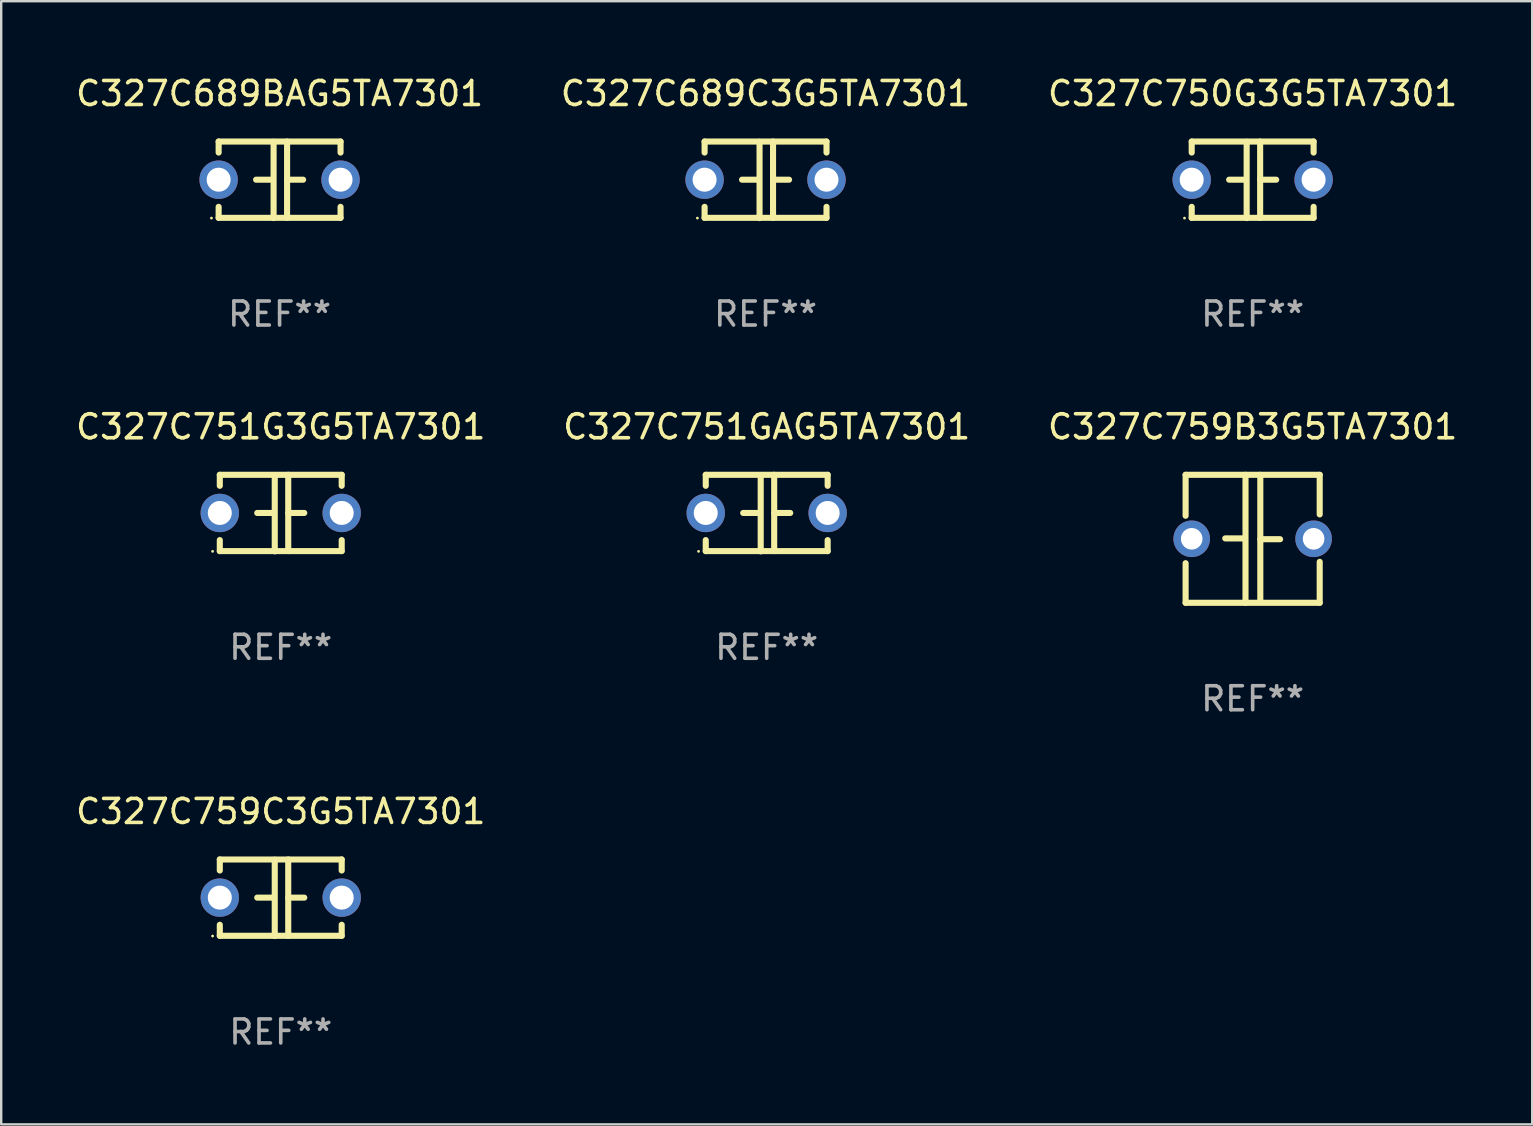
<source format=kicad_pcb>
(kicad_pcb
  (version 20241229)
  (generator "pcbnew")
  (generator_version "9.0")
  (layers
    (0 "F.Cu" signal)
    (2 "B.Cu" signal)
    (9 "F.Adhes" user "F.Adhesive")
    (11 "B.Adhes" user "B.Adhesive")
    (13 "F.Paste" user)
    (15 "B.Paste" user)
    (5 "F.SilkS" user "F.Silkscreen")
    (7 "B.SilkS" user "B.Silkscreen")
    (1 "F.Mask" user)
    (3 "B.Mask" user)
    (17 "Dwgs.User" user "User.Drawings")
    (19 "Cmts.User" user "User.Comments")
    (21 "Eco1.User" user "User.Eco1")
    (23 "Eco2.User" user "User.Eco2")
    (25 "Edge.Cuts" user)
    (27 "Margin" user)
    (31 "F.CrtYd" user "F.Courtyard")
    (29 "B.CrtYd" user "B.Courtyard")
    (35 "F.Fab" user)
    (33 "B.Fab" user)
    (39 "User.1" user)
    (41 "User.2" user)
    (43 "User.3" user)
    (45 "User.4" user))
  (footprint "C327C759C3G5TA7301"
    (layer "F.Cu")
    (at 8.649 34.36)
    (property "Reference" "C327C759C3G5TA7301" (at 0 -3.595 0) (layer "F.SilkS") (effects (font (size 1 1) (thickness 0.15))))
    (attr through_hole)
    (fp_line (start -2.54 -1.595) (end -2.54 -1.136) (stroke (width 0.254) (type solid)) (layer "F.SilkS"))
    (fp_line (start -2.54 -1.595) (end 2.54 -1.595) (stroke (width 0.254) (type solid)) (layer "F.SilkS"))
    (fp_line (start -2.54 1.126) (end -2.54 1.585) (stroke (width 0.254) (type solid)) (layer "F.SilkS"))
    (fp_line (start -0.312 -0.005) (end -0.98 -0.005) (stroke (width 0.254) (type solid)) (layer "F.SilkS"))
    (fp_line (start -0.25 -1.585) (end -0.25 1.595) (stroke (width 0.254) (type solid)) (layer "F.SilkS"))
    (fp_line (start 0.312 -1.595) (end 0.312 1.585) (stroke (width 0.254) (type solid)) (layer "F.SilkS"))
    (fp_line (start 0.312 -0.005) (end 0.98 -0.005) (stroke (width 0.254) (type solid)) (layer "F.SilkS"))
    (fp_line (start 2.54 -1.595) (end 2.54 -1.136) (stroke (width 0.254) (type solid)) (layer "F.SilkS"))
    (fp_line (start 2.54 1.126) (end 2.54 1.585) (stroke (width 0.254) (type solid)) (layer "F.SilkS"))
    (fp_line (start 2.54 1.585) (end -2.54 1.585) (stroke (width 0.254) (type solid)) (layer "F.SilkS"))
    (fp_circle (center -2.84 1.595) (end -2.81 1.595) (stroke (width 0.06) (type solid)) (fill no) (layer "F.SilkS"))
    (fp_text user "REF**" (at 0 5.595 0) (layer "F.Fab") (effects (font (size 1 1) (thickness 0.15))))
    (pad "1" thru_hole circle (at -2.54 -0.005) (size 1.6 1.6) (drill 1) (layers "*.Cu" "*.Mask"))
    (pad "2" thru_hole circle (at 2.54 -0.005) (size 1.6 1.6) (drill 1) (layers "*.Cu" "*.Mask")))
  (footprint "C327C750G3G5TA7301"
    (layer "F.Cu")
    (at 49.149 4.443)
    (property "Reference" "C327C750G3G5TA7301" (at 0 -3.595 0) (layer "F.SilkS") (effects (font (size 1 1) (thickness 0.15))))
    (attr through_hole)
    (fp_line (start -2.54 -1.595) (end -2.54 -1.136) (stroke (width 0.254) (type solid)) (layer "F.SilkS"))
    (fp_line (start -2.54 -1.595) (end 2.54 -1.595) (stroke (width 0.254) (type solid)) (layer "F.SilkS"))
    (fp_line (start -2.54 1.126) (end -2.54 1.585) (stroke (width 0.254) (type solid)) (layer "F.SilkS"))
    (fp_line (start -0.312 -0.005) (end -0.98 -0.005) (stroke (width 0.254) (type solid)) (layer "F.SilkS"))
    (fp_line (start -0.25 -1.585) (end -0.25 1.595) (stroke (width 0.254) (type solid)) (layer "F.SilkS"))
    (fp_line (start 0.312 -1.595) (end 0.312 1.585) (stroke (width 0.254) (type solid)) (layer "F.SilkS"))
    (fp_line (start 0.312 -0.005) (end 0.98 -0.005) (stroke (width 0.254) (type solid)) (layer "F.SilkS"))
    (fp_line (start 2.54 -1.595) (end 2.54 -1.136) (stroke (width 0.254) (type solid)) (layer "F.SilkS"))
    (fp_line (start 2.54 1.126) (end 2.54 1.585) (stroke (width 0.254) (type solid)) (layer "F.SilkS"))
    (fp_line (start 2.54 1.585) (end -2.54 1.585) (stroke (width 0.254) (type solid)) (layer "F.SilkS"))
    (fp_circle (center -2.84 1.595) (end -2.81 1.595) (stroke (width 0.06) (type solid)) (fill no) (layer "F.SilkS"))
    (fp_text user "REF**" (at 0 5.595 0) (layer "F.Fab") (effects (font (size 1 1) (thickness 0.15))))
    (pad "1" thru_hole circle (at -2.54 -0.005) (size 1.6 1.6) (drill 1) (layers "*.Cu" "*.Mask"))
    (pad "2" thru_hole circle (at 2.54 -0.005) (size 1.6 1.6) (drill 1) (layers "*.Cu" "*.Mask")))
  (footprint "C327C689BAG5TA7301"
    (layer "F.Cu")
    (at 8.601 4.443)
    (property "Reference" "C327C689BAG5TA7301" (at 0 -3.595 0) (layer "F.SilkS") (effects (font (size 1 1) (thickness 0.15))))
    (attr through_hole)
    (fp_line (start -2.54 -1.595) (end -2.54 -1.136) (stroke (width 0.254) (type solid)) (layer "F.SilkS"))
    (fp_line (start -2.54 -1.595) (end 2.54 -1.595) (stroke (width 0.254) (type solid)) (layer "F.SilkS"))
    (fp_line (start -2.54 1.126) (end -2.54 1.585) (stroke (width 0.254) (type solid)) (layer "F.SilkS"))
    (fp_line (start -0.312 -0.005) (end -0.98 -0.005) (stroke (width 0.254) (type solid)) (layer "F.SilkS"))
    (fp_line (start -0.25 -1.585) (end -0.25 1.595) (stroke (width 0.254) (type solid)) (layer "F.SilkS"))
    (fp_line (start 0.312 -1.595) (end 0.312 1.585) (stroke (width 0.254) (type solid)) (layer "F.SilkS"))
    (fp_line (start 0.312 -0.005) (end 0.98 -0.005) (stroke (width 0.254) (type solid)) (layer "F.SilkS"))
    (fp_line (start 2.54 -1.595) (end 2.54 -1.136) (stroke (width 0.254) (type solid)) (layer "F.SilkS"))
    (fp_line (start 2.54 1.126) (end 2.54 1.585) (stroke (width 0.254) (type solid)) (layer "F.SilkS"))
    (fp_line (start 2.54 1.585) (end -2.54 1.585) (stroke (width 0.254) (type solid)) (layer "F.SilkS"))
    (fp_circle (center -2.84 1.595) (end -2.81 1.595) (stroke (width 0.06) (type solid)) (fill no) (layer "F.SilkS"))
    (fp_text user "REF**" (at 0 5.595 0) (layer "F.Fab") (effects (font (size 1 1) (thickness 0.15))))
    (pad "1" thru_hole circle (at -2.54 -0.005) (size 1.6 1.6) (drill 1) (layers "*.Cu" "*.Mask"))
    (pad "2" thru_hole circle (at 2.54 -0.005) (size 1.6 1.6) (drill 1) (layers "*.Cu" "*.Mask")))
  (footprint "C327C689C3G5TA7301"
    (layer "F.Cu")
    (at 28.851 4.443)
    (property "Reference" "C327C689C3G5TA7301" (at 0 -3.595 0) (layer "F.SilkS") (effects (font (size 1 1) (thickness 0.15))))
    (attr through_hole)
    (fp_line (start -2.54 -1.595) (end -2.54 -1.136) (stroke (width 0.254) (type solid)) (layer "F.SilkS"))
    (fp_line (start -2.54 -1.595) (end 2.54 -1.595) (stroke (width 0.254) (type solid)) (layer "F.SilkS"))
    (fp_line (start -2.54 1.126) (end -2.54 1.585) (stroke (width 0.254) (type solid)) (layer "F.SilkS"))
    (fp_line (start -0.312 -0.005) (end -0.98 -0.005) (stroke (width 0.254) (type solid)) (layer "F.SilkS"))
    (fp_line (start -0.25 -1.585) (end -0.25 1.595) (stroke (width 0.254) (type solid)) (layer "F.SilkS"))
    (fp_line (start 0.312 -1.595) (end 0.312 1.585) (stroke (width 0.254) (type solid)) (layer "F.SilkS"))
    (fp_line (start 0.312 -0.005) (end 0.98 -0.005) (stroke (width 0.254) (type solid)) (layer "F.SilkS"))
    (fp_line (start 2.54 -1.595) (end 2.54 -1.136) (stroke (width 0.254) (type solid)) (layer "F.SilkS"))
    (fp_line (start 2.54 1.126) (end 2.54 1.585) (stroke (width 0.254) (type solid)) (layer "F.SilkS"))
    (fp_line (start 2.54 1.585) (end -2.54 1.585) (stroke (width 0.254) (type solid)) (layer "F.SilkS"))
    (fp_circle (center -2.84 1.595) (end -2.81 1.595) (stroke (width 0.06) (type solid)) (fill no) (layer "F.SilkS"))
    (fp_text user "REF**" (at 0 5.595 0) (layer "F.Fab") (effects (font (size 1 1) (thickness 0.15))))
    (pad "1" thru_hole circle (at -2.54 -0.005) (size 1.6 1.6) (drill 1) (layers "*.Cu" "*.Mask"))
    (pad "2" thru_hole circle (at 2.54 -0.005) (size 1.6 1.6) (drill 1) (layers "*.Cu" "*.Mask")))
  (footprint "C327C751GAG5TA7301"
    (layer "F.Cu")
    (at 28.899 18.33)
    (property "Reference" "C327C751GAG5TA7301" (at 0 -3.595 0) (layer "F.SilkS") (effects (font (size 1 1) (thickness 0.15))))
    (attr through_hole)
    (fp_line (start -2.54 -1.595) (end -2.54 -1.136) (stroke (width 0.254) (type solid)) (layer "F.SilkS"))
    (fp_line (start -2.54 -1.595) (end 2.54 -1.595) (stroke (width 0.254) (type solid)) (layer "F.SilkS"))
    (fp_line (start -2.54 1.126) (end -2.54 1.585) (stroke (width 0.254) (type solid)) (layer "F.SilkS"))
    (fp_line (start -0.312 -0.005) (end -0.98 -0.005) (stroke (width 0.254) (type solid)) (layer "F.SilkS"))
    (fp_line (start -0.25 -1.585) (end -0.25 1.595) (stroke (width 0.254) (type solid)) (layer "F.SilkS"))
    (fp_line (start 0.312 -1.595) (end 0.312 1.585) (stroke (width 0.254) (type solid)) (layer "F.SilkS"))
    (fp_line (start 0.312 -0.005) (end 0.98 -0.005) (stroke (width 0.254) (type solid)) (layer "F.SilkS"))
    (fp_line (start 2.54 -1.595) (end 2.54 -1.136) (stroke (width 0.254) (type solid)) (layer "F.SilkS"))
    (fp_line (start 2.54 1.126) (end 2.54 1.585) (stroke (width 0.254) (type solid)) (layer "F.SilkS"))
    (fp_line (start 2.54 1.585) (end -2.54 1.585) (stroke (width 0.254) (type solid)) (layer "F.SilkS"))
    (fp_circle (center -2.84 1.595) (end -2.81 1.595) (stroke (width 0.06) (type solid)) (fill no) (layer "F.SilkS"))
    (fp_text user "REF**" (at 0 5.595 0) (layer "F.Fab") (effects (font (size 1 1) (thickness 0.15))))
    (pad "1" thru_hole circle (at -2.54 -0.005) (size 1.6 1.6) (drill 1) (layers "*.Cu" "*.Mask"))
    (pad "2" thru_hole circle (at 2.54 -0.005) (size 1.6 1.6) (drill 1) (layers "*.Cu" "*.Mask")))
  (footprint "C327C759B3G5TA7301"
    (layer "F.Cu")
    (at 49.149 19.402)
    (property "Reference" "C327C759B3G5TA7301" (at 0 -4.667 0) (layer "F.SilkS") (effects (font (size 1 1) (thickness 0.15))))
    (attr through_hole)
    (fp_line (start -2.794 -2.667) (end -2.794 -0.96) (stroke (width 0.254) (type solid)) (layer "F.SilkS"))
    (fp_line (start -2.794 1.016) (end -2.794 2.667) (stroke (width 0.254) (type solid)) (layer "F.SilkS"))
    (fp_line (start -2.794 2.667) (end 2.794 2.667) (stroke (width 0.254) (type solid)) (layer "F.SilkS"))
    (fp_line (start -0.319 -0.017) (end -1.143 -0.017) (stroke (width 0.254) (type solid)) (layer "F.SilkS"))
    (fp_line (start -0.298 -2.667) (end -0.298 2.667) (stroke (width 0.254) (type solid)) (layer "F.SilkS"))
    (fp_line (start 0.319 -2.667) (end 0.319 2.54) (stroke (width 0.254) (type solid)) (layer "F.SilkS"))
    (fp_line (start 0.319 0.017) (end 1.143 0.017) (stroke (width 0.254) (type solid)) (layer "F.SilkS"))
    (fp_line (start 2.794 -2.667) (end -2.794 -2.667) (stroke (width 0.254) (type solid)) (layer "F.SilkS"))
    (fp_line (start 2.794 -1.016) (end 2.794 -2.667) (stroke (width 0.254) (type solid)) (layer "F.SilkS"))
    (fp_line (start 2.794 2.667) (end 2.794 0.96) (stroke (width 0.254) (type solid)) (layer "F.SilkS"))
    (fp_circle (center -2.79 2.55) (end -2.76 2.55) (stroke (width 0.06) (type solid)) (fill no) (layer "F.SilkS"))
    (fp_text user "REF**" (at 0 6.667 0) (layer "F.Fab") (effects (font (size 1 1) (thickness 0.15))))
    (pad "1" thru_hole circle (at -2.54 0) (size 1.524 1.524) (drill 0.9) (layers "*.Cu" "*.Mask"))
    (pad "2" thru_hole circle (at 2.54 0) (size 1.524 1.524) (drill 0.9) (layers "*.Cu" "*.Mask")))
  (footprint "C327C751G3G5TA7301"
    (layer "F.Cu")
    (at 8.649 18.33)
    (property "Reference" "C327C751G3G5TA7301" (at 0 -3.595 0) (layer "F.SilkS") (effects (font (size 1 1) (thickness 0.15))))
    (attr through_hole)
    (fp_line (start -2.54 -1.595) (end -2.54 -1.136) (stroke (width 0.254) (type solid)) (layer "F.SilkS"))
    (fp_line (start -2.54 -1.595) (end 2.54 -1.595) (stroke (width 0.254) (type solid)) (layer "F.SilkS"))
    (fp_line (start -2.54 1.126) (end -2.54 1.585) (stroke (width 0.254) (type solid)) (layer "F.SilkS"))
    (fp_line (start -0.312 -0.005) (end -0.98 -0.005) (stroke (width 0.254) (type solid)) (layer "F.SilkS"))
    (fp_line (start -0.25 -1.585) (end -0.25 1.595) (stroke (width 0.254) (type solid)) (layer "F.SilkS"))
    (fp_line (start 0.312 -1.595) (end 0.312 1.585) (stroke (width 0.254) (type solid)) (layer "F.SilkS"))
    (fp_line (start 0.312 -0.005) (end 0.98 -0.005) (stroke (width 0.254) (type solid)) (layer "F.SilkS"))
    (fp_line (start 2.54 -1.595) (end 2.54 -1.136) (stroke (width 0.254) (type solid)) (layer "F.SilkS"))
    (fp_line (start 2.54 1.126) (end 2.54 1.585) (stroke (width 0.254) (type solid)) (layer "F.SilkS"))
    (fp_line (start 2.54 1.585) (end -2.54 1.585) (stroke (width 0.254) (type solid)) (layer "F.SilkS"))
    (fp_circle (center -2.84 1.595) (end -2.81 1.595) (stroke (width 0.06) (type solid)) (fill no) (layer "F.SilkS"))
    (fp_text user "REF**" (at 0 5.595 0) (layer "F.Fab") (effects (font (size 1 1) (thickness 0.15))))
    (pad "1" thru_hole circle (at -2.54 -0.005) (size 1.6 1.6) (drill 1) (layers "*.Cu" "*.Mask"))
    (pad "2" thru_hole circle (at 2.54 -0.005) (size 1.6 1.6) (drill 1) (layers "*.Cu" "*.Mask")))
  (gr_rect
    (start -3 -3)
    (end 60.798 43.803)
    (stroke (width 0.1) (type default))
    (fill no)
    (layer "Edge.Cuts")))
</source>
